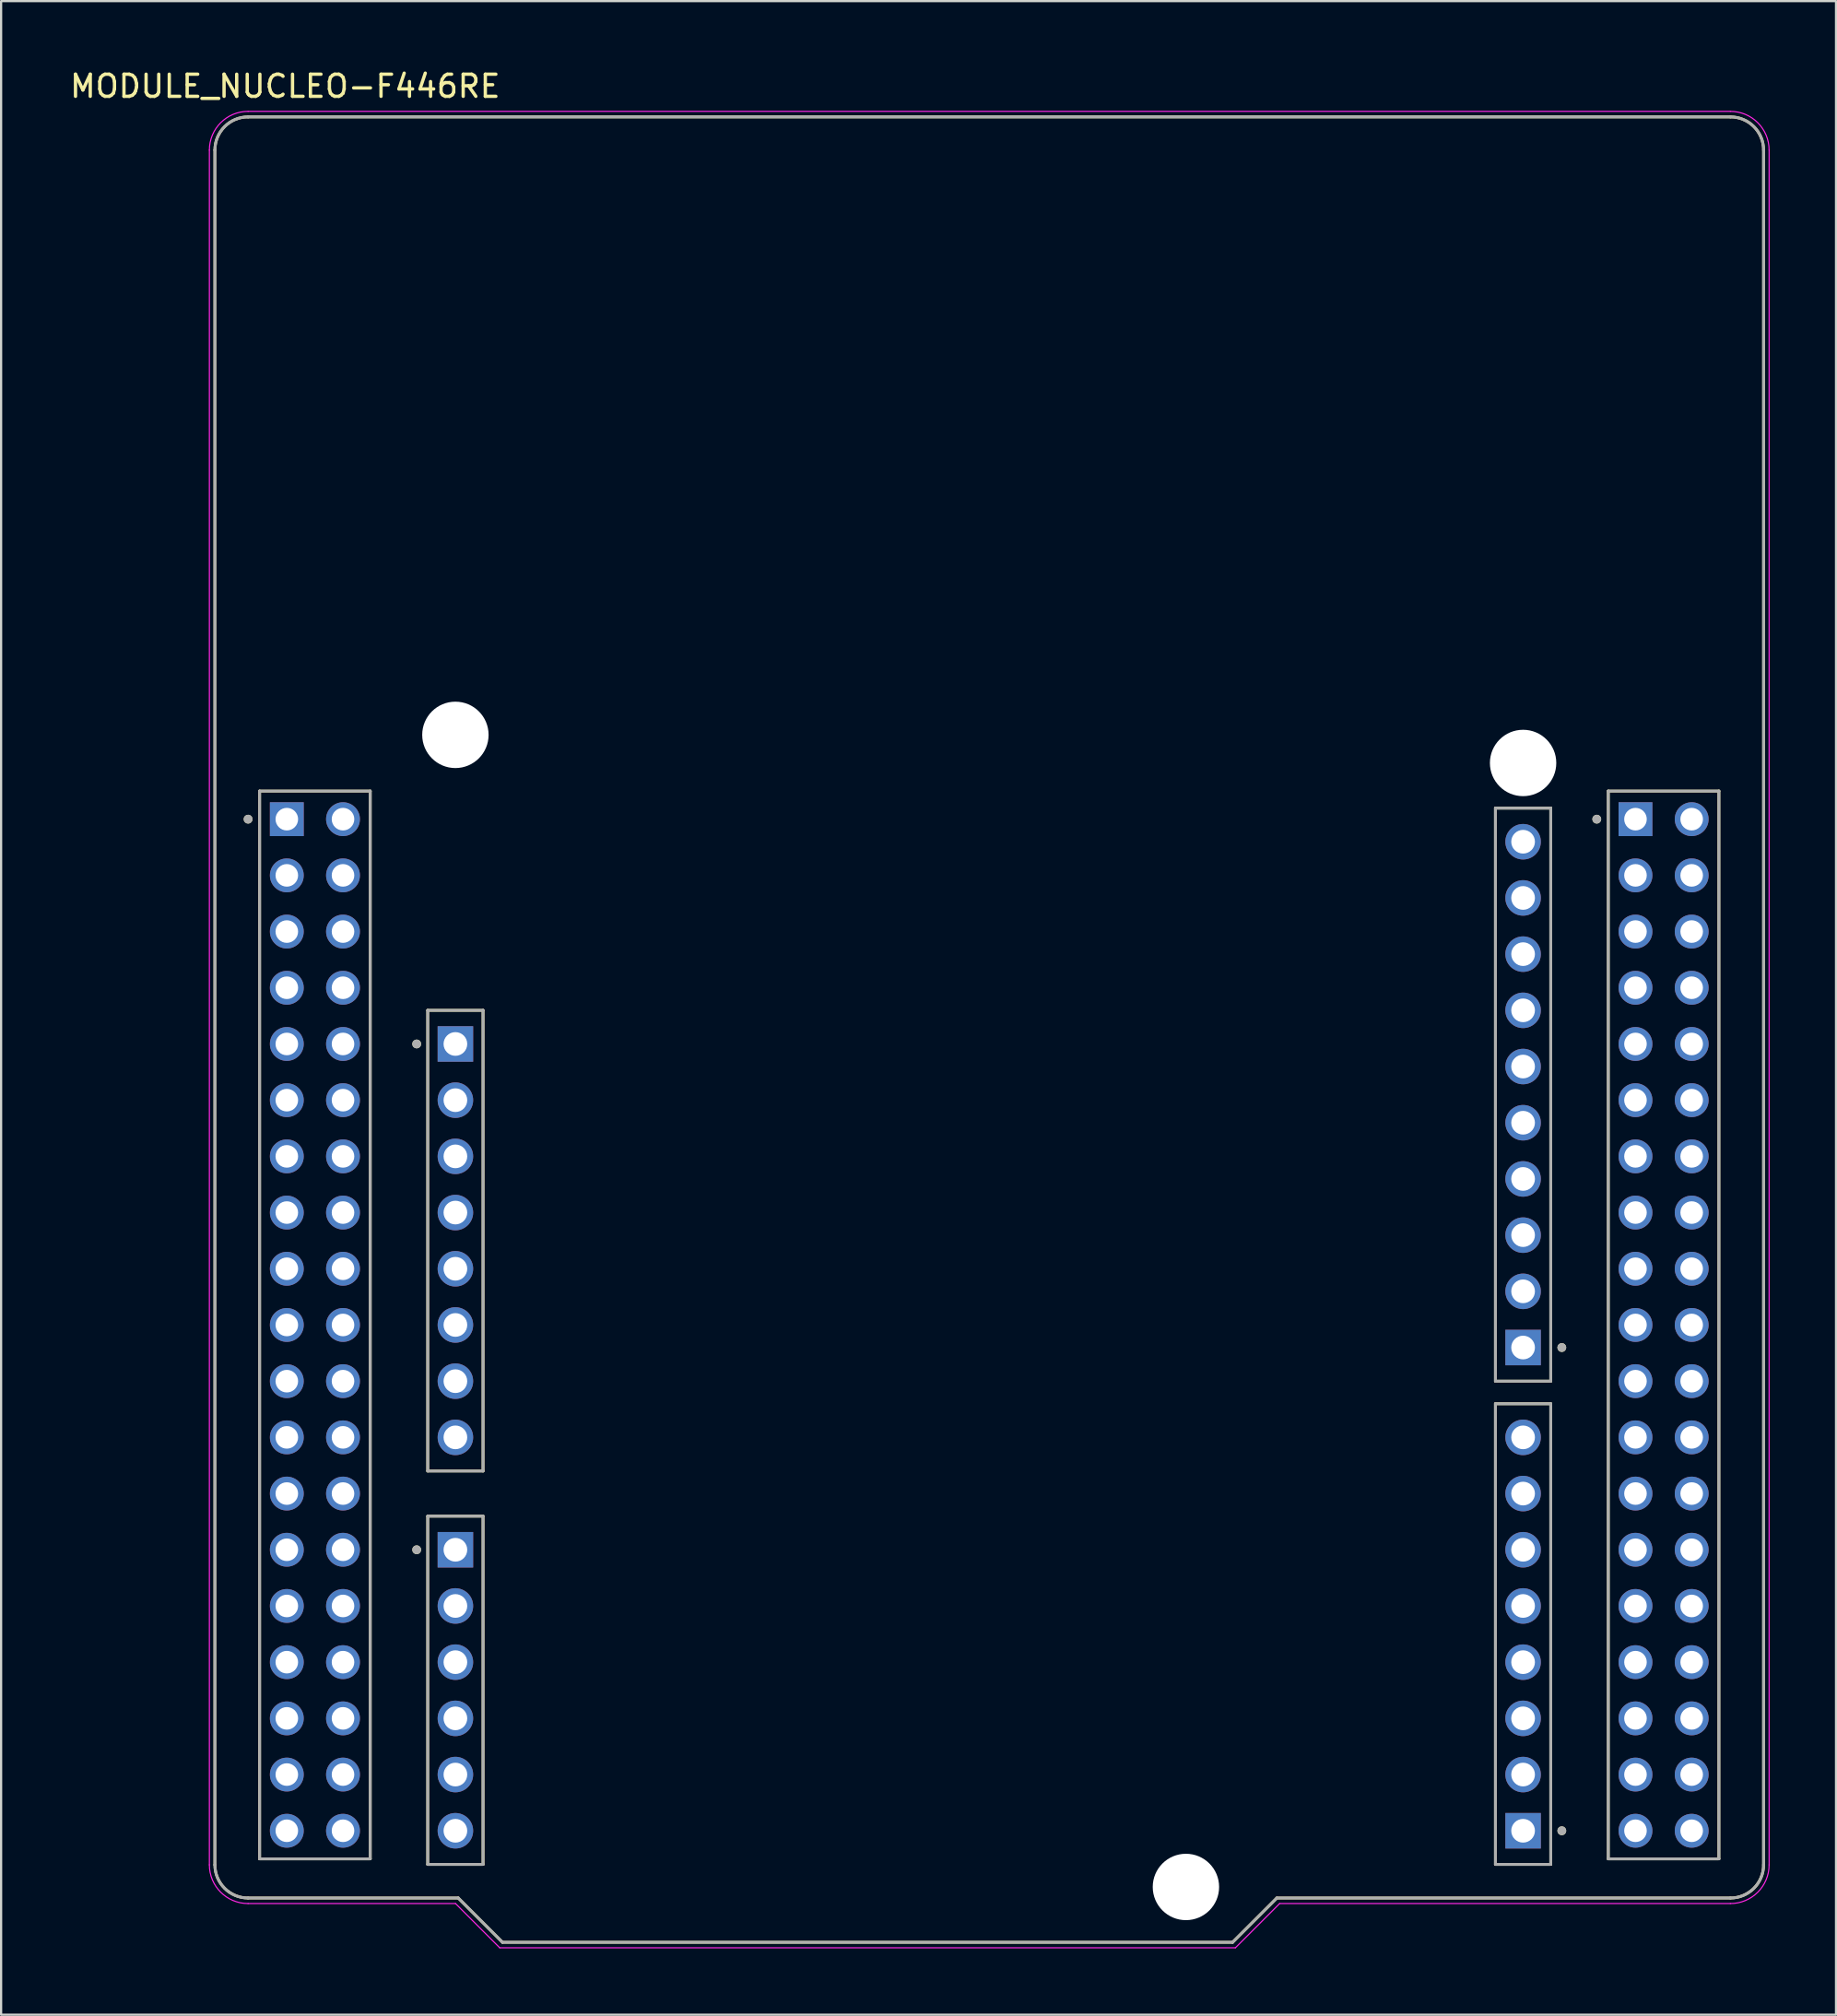
<source format=kicad_pcb>
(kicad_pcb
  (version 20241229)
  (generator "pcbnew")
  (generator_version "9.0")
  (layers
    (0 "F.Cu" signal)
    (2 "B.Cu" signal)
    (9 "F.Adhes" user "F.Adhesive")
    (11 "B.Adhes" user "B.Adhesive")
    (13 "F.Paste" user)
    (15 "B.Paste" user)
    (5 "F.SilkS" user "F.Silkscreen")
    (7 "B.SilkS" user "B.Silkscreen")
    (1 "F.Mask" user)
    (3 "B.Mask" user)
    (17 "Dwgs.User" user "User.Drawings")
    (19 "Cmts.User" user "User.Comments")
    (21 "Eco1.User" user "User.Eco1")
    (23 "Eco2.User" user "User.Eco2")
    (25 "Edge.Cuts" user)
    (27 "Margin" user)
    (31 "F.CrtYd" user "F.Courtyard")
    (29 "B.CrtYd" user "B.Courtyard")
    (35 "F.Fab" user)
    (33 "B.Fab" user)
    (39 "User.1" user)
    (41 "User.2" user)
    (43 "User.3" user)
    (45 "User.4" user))
  (footprint "MODULE_NUCLEO-F446RE"
    (layer "F.Cu")
    (at 41.664 43.483)
    (property "Reference" "MODULE_NUCLEO-F446RE" (at -31.825 -42.635 0) (layer "F.SilkS") (effects (font (size 1 1) (thickness 0.15))))
    (attr through_hole)
    (fp_line (start -35 37.75) (end -35 -39.75) (stroke (width 0.127) (type solid)) (layer "F.SilkS"))
    (fp_line (start -33.5 -41.25) (end 33.5 -41.25) (stroke (width 0.127) (type solid)) (layer "F.SilkS"))
    (fp_line (start -32.98 -10.78) (end -32.98 37.48) (stroke (width 0.127) (type solid)) (layer "F.SilkS"))
    (fp_line (start -32.98 37.48) (end -27.98 37.48) (stroke (width 0.127) (type solid)) (layer "F.SilkS"))
    (fp_line (start -27.98 -10.78) (end -32.98 -10.78) (stroke (width 0.127) (type solid)) (layer "F.SilkS"))
    (fp_line (start -27.98 37.48) (end -27.98 -10.78) (stroke (width 0.127) (type solid)) (layer "F.SilkS"))
    (fp_line (start -25.38 -0.87) (end -25.38 19.95) (stroke (width 0.127) (type solid)) (layer "F.SilkS"))
    (fp_line (start -25.38 19.95) (end -22.88 19.95) (stroke (width 0.127) (type solid)) (layer "F.SilkS"))
    (fp_line (start -25.38 21.99) (end -25.38 37.73) (stroke (width 0.127) (type solid)) (layer "F.SilkS"))
    (fp_line (start -25.38 37.73) (end -22.88 37.73) (stroke (width 0.127) (type solid)) (layer "F.SilkS"))
    (fp_line (start -24 39.25) (end -33.5 39.25) (stroke (width 0.127) (type solid)) (layer "F.SilkS"))
    (fp_line (start -22.88 -0.87) (end -25.38 -0.87) (stroke (width 0.127) (type solid)) (layer "F.SilkS"))
    (fp_line (start -22.88 19.95) (end -22.88 -0.87) (stroke (width 0.127) (type solid)) (layer "F.SilkS"))
    (fp_line (start -22.88 21.99) (end -25.38 21.99) (stroke (width 0.127) (type solid)) (layer "F.SilkS"))
    (fp_line (start -22.88 37.73) (end -22.88 21.99) (stroke (width 0.127) (type solid)) (layer "F.SilkS"))
    (fp_line (start -22 41.25) (end -24 39.25) (stroke (width 0.127) (type solid)) (layer "F.SilkS"))
    (fp_line (start 11 41.25) (end -22 41.25) (stroke (width 0.127) (type solid)) (layer "F.SilkS"))
    (fp_line (start 13 39.25) (end 11 41.25) (stroke (width 0.127) (type solid)) (layer "F.SilkS"))
    (fp_line (start 22.88 -10.01) (end 22.88 15.89) (stroke (width 0.127) (type solid)) (layer "F.SilkS"))
    (fp_line (start 22.88 15.89) (end 25.38 15.89) (stroke (width 0.127) (type solid)) (layer "F.SilkS"))
    (fp_line (start 22.88 16.91) (end 22.88 37.73) (stroke (width 0.127) (type solid)) (layer "F.SilkS"))
    (fp_line (start 22.88 37.73) (end 25.38 37.73) (stroke (width 0.127) (type solid)) (layer "F.SilkS"))
    (fp_line (start 25.38 -10.01) (end 22.88 -10.01) (stroke (width 0.127) (type solid)) (layer "F.SilkS"))
    (fp_line (start 25.38 15.89) (end 25.38 -10.01) (stroke (width 0.127) (type solid)) (layer "F.SilkS"))
    (fp_line (start 25.38 16.91) (end 22.88 16.91) (stroke (width 0.127) (type solid)) (layer "F.SilkS"))
    (fp_line (start 25.38 37.73) (end 25.38 16.91) (stroke (width 0.127) (type solid)) (layer "F.SilkS"))
    (fp_line (start 27.98 -10.78) (end 27.98 37.48) (stroke (width 0.127) (type solid)) (layer "F.SilkS"))
    (fp_line (start 27.98 37.48) (end 32.98 37.48) (stroke (width 0.127) (type solid)) (layer "F.SilkS"))
    (fp_line (start 32.98 -10.78) (end 27.98 -10.78) (stroke (width 0.127) (type solid)) (layer "F.SilkS"))
    (fp_line (start 32.98 37.48) (end 32.98 -10.78) (stroke (width 0.127) (type solid)) (layer "F.SilkS"))
    (fp_line (start 33.5 39.25) (end 13 39.25) (stroke (width 0.127) (type solid)) (layer "F.SilkS"))
    (fp_line (start 35 -39.75) (end 35 37.75) (stroke (width 0.127) (type solid)) (layer "F.SilkS"))
    (fp_arc (start -35 -39.75) (mid -34.56066 -40.81066) (end -33.5 -41.25) (stroke (width 0.127) (type solid)) (layer "F.SilkS"))
    (fp_arc (start -33.5 39.25) (mid -34.56066 38.81066) (end -35 37.75) (stroke (width 0.127) (type solid)) (layer "F.SilkS"))
    (fp_arc (start 33.5 -41.25) (mid 34.56066 -40.81066) (end 35 -39.75) (stroke (width 0.127) (type solid)) (layer "F.SilkS"))
    (fp_arc (start 35 37.75) (mid 34.56066 38.81066) (end 33.5 39.25) (stroke (width 0.127) (type solid)) (layer "F.SilkS"))
    (fp_circle (center -33.5 -9.51) (end -33.4 -9.51) (stroke (width 0.2) (type solid)) (fill no) (layer "F.SilkS"))
    (fp_circle (center -25.88 0.65) (end -25.78 0.65) (stroke (width 0.2) (type solid)) (fill no) (layer "F.SilkS"))
    (fp_circle (center -25.88 23.51) (end -25.78 23.51) (stroke (width 0.2) (type solid)) (fill no) (layer "F.SilkS"))
    (fp_circle (center 25.88 14.37) (end 25.98 14.37) (stroke (width 0.2) (type solid)) (fill no) (layer "F.SilkS"))
    (fp_circle (center 25.88 36.21) (end 25.98 36.21) (stroke (width 0.2) (type solid)) (fill no) (layer "F.SilkS"))
    (fp_circle (center 27.46 -9.51) (end 27.56 -9.51) (stroke (width 0.2) (type solid)) (fill no) (layer "F.SilkS"))
    (fp_line (start -35.25 37.75) (end -35.25 -39.75) (stroke (width 0.05) (type solid)) (layer "F.CrtYd"))
    (fp_line (start -33.5 -41.5) (end 33.5 -41.5) (stroke (width 0.05) (type solid)) (layer "F.CrtYd"))
    (fp_line (start -24.125 39.5) (end -33.5 39.5) (stroke (width 0.05) (type solid)) (layer "F.CrtYd"))
    (fp_line (start -22.125 41.5) (end -24.125 39.5) (stroke (width 0.05) (type solid)) (layer "F.CrtYd"))
    (fp_line (start 11.125 41.5) (end -22.125 41.5) (stroke (width 0.05) (type solid)) (layer "F.CrtYd"))
    (fp_line (start 13.125 39.5) (end 11.125 41.5) (stroke (width 0.05) (type solid)) (layer "F.CrtYd"))
    (fp_line (start 33.5 39.5) (end 13.125 39.5) (stroke (width 0.05) (type solid)) (layer "F.CrtYd"))
    (fp_line (start 35.25 -39.75) (end 35.25 37.75) (stroke (width 0.05) (type solid)) (layer "F.CrtYd"))
    (fp_arc (start -35.25 -39.75) (mid -34.737437 -40.987437) (end -33.5 -41.5) (stroke (width 0.05) (type solid)) (layer "F.CrtYd"))
    (fp_arc (start -33.5 39.5) (mid -34.737437 38.987437) (end -35.25 37.75) (stroke (width 0.05) (type solid)) (layer "F.CrtYd"))
    (fp_arc (start 33.5 -41.5) (mid 34.737437 -40.987437) (end 35.25 -39.75) (stroke (width 0.05) (type solid)) (layer "F.CrtYd"))
    (fp_arc (start 35.25 37.75) (mid 34.737437 38.987437) (end 33.5 39.5) (stroke (width 0.05) (type solid)) (layer "F.CrtYd"))
    (fp_line (start -35 37.75) (end -35 -39.75) (stroke (width 0.127) (type solid)) (layer "F.Fab"))
    (fp_line (start -33.5 -41.25) (end 33.5 -41.25) (stroke (width 0.127) (type solid)) (layer "F.Fab"))
    (fp_line (start -32.98 -10.78) (end -32.98 37.48) (stroke (width 0.127) (type solid)) (layer "F.Fab"))
    (fp_line (start -32.98 37.48) (end -27.98 37.48) (stroke (width 0.127) (type solid)) (layer "F.Fab"))
    (fp_line (start -27.98 -10.78) (end -32.98 -10.78) (stroke (width 0.127) (type solid)) (layer "F.Fab"))
    (fp_line (start -27.98 37.48) (end -27.98 -10.78) (stroke (width 0.127) (type solid)) (layer "F.Fab"))
    (fp_line (start -25.38 -0.87) (end -25.38 19.95) (stroke (width 0.127) (type solid)) (layer "F.Fab"))
    (fp_line (start -25.38 19.95) (end -22.88 19.95) (stroke (width 0.127) (type solid)) (layer "F.Fab"))
    (fp_line (start -25.38 21.99) (end -25.38 37.73) (stroke (width 0.127) (type solid)) (layer "F.Fab"))
    (fp_line (start -25.38 37.73) (end -22.88 37.73) (stroke (width 0.127) (type solid)) (layer "F.Fab"))
    (fp_line (start -24 39.25) (end -33.5 39.25) (stroke (width 0.127) (type solid)) (layer "F.Fab"))
    (fp_line (start -22.88 -0.87) (end -25.38 -0.87) (stroke (width 0.127) (type solid)) (layer "F.Fab"))
    (fp_line (start -22.88 19.95) (end -22.88 -0.87) (stroke (width 0.127) (type solid)) (layer "F.Fab"))
    (fp_line (start -22.88 21.99) (end -25.38 21.99) (stroke (width 0.127) (type solid)) (layer "F.Fab"))
    (fp_line (start -22.88 37.73) (end -22.88 21.99) (stroke (width 0.127) (type solid)) (layer "F.Fab"))
    (fp_line (start -22 41.25) (end -24 39.25) (stroke (width 0.127) (type solid)) (layer "F.Fab"))
    (fp_line (start 11 41.25) (end -22 41.25) (stroke (width 0.127) (type solid)) (layer "F.Fab"))
    (fp_line (start 13 39.25) (end 11 41.25) (stroke (width 0.127) (type solid)) (layer "F.Fab"))
    (fp_line (start 22.88 -10.01) (end 22.88 15.89) (stroke (width 0.127) (type solid)) (layer "F.Fab"))
    (fp_line (start 22.88 15.89) (end 25.38 15.89) (stroke (width 0.127) (type solid)) (layer "F.Fab"))
    (fp_line (start 22.88 16.91) (end 22.88 37.73) (stroke (width 0.127) (type solid)) (layer "F.Fab"))
    (fp_line (start 22.88 37.73) (end 25.38 37.73) (stroke (width 0.127) (type solid)) (layer "F.Fab"))
    (fp_line (start 25.38 -10.01) (end 22.88 -10.01) (stroke (width 0.127) (type solid)) (layer "F.Fab"))
    (fp_line (start 25.38 15.89) (end 25.38 -10.01) (stroke (width 0.127) (type solid)) (layer "F.Fab"))
    (fp_line (start 25.38 16.91) (end 22.88 16.91) (stroke (width 0.127) (type solid)) (layer "F.Fab"))
    (fp_line (start 25.38 37.73) (end 25.38 16.91) (stroke (width 0.127) (type solid)) (layer "F.Fab"))
    (fp_line (start 27.98 -10.78) (end 27.98 37.48) (stroke (width 0.127) (type solid)) (layer "F.Fab"))
    (fp_line (start 27.98 37.48) (end 32.98 37.48) (stroke (width 0.127) (type solid)) (layer "F.Fab"))
    (fp_line (start 32.98 -10.78) (end 27.98 -10.78) (stroke (width 0.127) (type solid)) (layer "F.Fab"))
    (fp_line (start 32.98 37.48) (end 32.98 -10.78) (stroke (width 0.127) (type solid)) (layer "F.Fab"))
    (fp_line (start 33.5 39.25) (end 13 39.25) (stroke (width 0.127) (type solid)) (layer "F.Fab"))
    (fp_line (start 35 -39.75) (end 35 37.75) (stroke (width 0.127) (type solid)) (layer "F.Fab"))
    (fp_arc (start -35 -39.75) (mid -34.56066 -40.81066) (end -33.5 -41.25) (stroke (width 0.127) (type solid)) (layer "F.Fab"))
    (fp_arc (start -33.5 39.25) (mid -34.56066 38.81066) (end -35 37.75) (stroke (width 0.127) (type solid)) (layer "F.Fab"))
    (fp_arc (start 33.5 -41.25) (mid 34.56066 -40.81066) (end 35 -39.75) (stroke (width 0.127) (type solid)) (layer "F.Fab"))
    (fp_arc (start 35 37.75) (mid 34.56066 38.81066) (end 33.5 39.25) (stroke (width 0.127) (type solid)) (layer "F.Fab"))
    (fp_circle (center -33.5 -9.51) (end -33.4 -9.51) (stroke (width 0.2) (type solid)) (fill no) (layer "F.Fab"))
    (fp_circle (center -25.88 0.65) (end -25.78 0.65) (stroke (width 0.2) (type solid)) (fill no) (layer "F.Fab"))
    (fp_circle (center -25.88 23.51) (end -25.78 23.51) (stroke (width 0.2) (type solid)) (fill no) (layer "F.Fab"))
    (fp_circle (center 25.88 14.37) (end 25.98 14.37) (stroke (width 0.2) (type solid)) (fill no) (layer "F.Fab"))
    (fp_circle (center 25.88 36.21) (end 25.98 36.21) (stroke (width 0.2) (type solid)) (fill no) (layer "F.Fab"))
    (fp_circle (center 27.46 -9.51) (end 27.56 -9.51) (stroke (width 0.2) (type solid)) (fill no) (layer "F.Fab"))
    (pad "" np_thru_hole circle (at -24.13 -13.32) (size 3 3) (drill 3) (layers "*.Cu" "*.Mask"))
    (pad "" np_thru_hole circle (at 8.89 38.75) (size 3 3) (drill 3) (layers "*.Cu" "*.Mask"))
    (pad "" np_thru_hole circle (at 24.13 -12.05) (size 3 3) (drill 3) (layers "*.Cu" "*.Mask"))
    (pad "1" thru_hole rect (at -31.75 -9.51) (size 1.53 1.53) (drill 1.02) (layers "*.Cu" "*.Mask"))
    (pad "2" thru_hole circle (at -29.21 -9.51) (size 1.53 1.53) (drill 1.02) (layers "*.Cu" "*.Mask"))
    (pad "3" thru_hole circle (at -31.75 -6.97) (size 1.53 1.53) (drill 1.02) (layers "*.Cu" "*.Mask"))
    (pad "4" thru_hole circle (at -29.21 -6.97) (size 1.53 1.53) (drill 1.02) (layers "*.Cu" "*.Mask"))
    (pad "5" thru_hole circle (at -31.75 -4.43) (size 1.53 1.53) (drill 1.02) (layers "*.Cu" "*.Mask"))
    (pad "6" thru_hole circle (at -29.21 -4.43) (size 1.53 1.53) (drill 1.02) (layers "*.Cu" "*.Mask"))
    (pad "7" thru_hole circle (at -31.75 -1.89) (size 1.53 1.53) (drill 1.02) (layers "*.Cu" "*.Mask"))
    (pad "8" thru_hole circle (at -29.21 -1.89) (size 1.53 1.53) (drill 1.02) (layers "*.Cu" "*.Mask"))
    (pad "9" thru_hole circle (at -31.75 0.65) (size 1.53 1.53) (drill 1.02) (layers "*.Cu" "*.Mask"))
    (pad "10" thru_hole circle (at -29.21 0.65) (size 1.53 1.53) (drill 1.02) (layers "*.Cu" "*.Mask"))
    (pad "11" thru_hole circle (at -31.75 3.19) (size 1.53 1.53) (drill 1.02) (layers "*.Cu" "*.Mask"))
    (pad "12" thru_hole circle (at -29.21 3.19) (size 1.53 1.53) (drill 1.02) (layers "*.Cu" "*.Mask"))
    (pad "13" thru_hole circle (at -31.75 5.73) (size 1.53 1.53) (drill 1.02) (layers "*.Cu" "*.Mask"))
    (pad "14" thru_hole circle (at -29.21 5.73) (size 1.53 1.53) (drill 1.02) (layers "*.Cu" "*.Mask"))
    (pad "15" thru_hole circle (at -31.75 8.27) (size 1.53 1.53) (drill 1.02) (layers "*.Cu" "*.Mask"))
    (pad "16" thru_hole circle (at -29.21 8.27) (size 1.53 1.53) (drill 1.02) (layers "*.Cu" "*.Mask"))
    (pad "17" thru_hole circle (at -31.75 10.81) (size 1.53 1.53) (drill 1.02) (layers "*.Cu" "*.Mask"))
    (pad "18" thru_hole circle (at -29.21 10.81) (size 1.53 1.53) (drill 1.02) (layers "*.Cu" "*.Mask"))
    (pad "19" thru_hole circle (at -31.75 13.35) (size 1.53 1.53) (drill 1.02) (layers "*.Cu" "*.Mask"))
    (pad "20" thru_hole circle (at -29.21 13.35) (size 1.53 1.53) (drill 1.02) (layers "*.Cu" "*.Mask"))
    (pad "21" thru_hole circle (at -31.75 15.89) (size 1.53 1.53) (drill 1.02) (layers "*.Cu" "*.Mask"))
    (pad "22" thru_hole circle (at -29.21 15.89) (size 1.53 1.53) (drill 1.02) (layers "*.Cu" "*.Mask"))
    (pad "23" thru_hole circle (at -31.75 18.43) (size 1.53 1.53) (drill 1.02) (layers "*.Cu" "*.Mask"))
    (pad "24" thru_hole circle (at -29.21 18.43) (size 1.53 1.53) (drill 1.02) (layers "*.Cu" "*.Mask"))
    (pad "25" thru_hole circle (at -31.75 20.97) (size 1.53 1.53) (drill 1.02) (layers "*.Cu" "*.Mask"))
    (pad "26" thru_hole circle (at -29.21 20.97) (size 1.53 1.53) (drill 1.02) (layers "*.Cu" "*.Mask"))
    (pad "27" thru_hole circle (at -31.75 23.51) (size 1.53 1.53) (drill 1.02) (layers "*.Cu" "*.Mask"))
    (pad "28" thru_hole circle (at -29.21 23.51) (size 1.53 1.53) (drill 1.02) (layers "*.Cu" "*.Mask"))
    (pad "29" thru_hole circle (at -31.75 26.05) (size 1.53 1.53) (drill 1.02) (layers "*.Cu" "*.Mask"))
    (pad "30" thru_hole circle (at -29.21 26.05) (size 1.53 1.53) (drill 1.02) (layers "*.Cu" "*.Mask"))
    (pad "31" thru_hole circle (at -31.75 28.59) (size 1.53 1.53) (drill 1.02) (layers "*.Cu" "*.Mask"))
    (pad "32" thru_hole circle (at -29.21 28.59) (size 1.53 1.53) (drill 1.02) (layers "*.Cu" "*.Mask"))
    (pad "33" thru_hole circle (at -31.75 31.13) (size 1.53 1.53) (drill 1.02) (layers "*.Cu" "*.Mask"))
    (pad "34" thru_hole circle (at -29.21 31.13) (size 1.53 1.53) (drill 1.02) (layers "*.Cu" "*.Mask"))
    (pad "35" thru_hole circle (at -31.75 33.67) (size 1.53 1.53) (drill 1.02) (layers "*.Cu" "*.Mask"))
    (pad "36" thru_hole circle (at -29.21 33.67) (size 1.53 1.53) (drill 1.02) (layers "*.Cu" "*.Mask"))
    (pad "37" thru_hole circle (at -31.75 36.21) (size 1.53 1.53) (drill 1.02) (layers "*.Cu" "*.Mask"))
    (pad "38" thru_hole circle (at -29.21 36.21) (size 1.53 1.53) (drill 1.02) (layers "*.Cu" "*.Mask"))
    (pad "39" thru_hole rect (at 29.21 -9.51) (size 1.53 1.53) (drill 1.02) (layers "*.Cu" "*.Mask"))
    (pad "40" thru_hole circle (at 31.75 -9.51) (size 1.53 1.53) (drill 1.02) (layers "*.Cu" "*.Mask"))
    (pad "41" thru_hole circle (at 29.21 -6.97) (size 1.53 1.53) (drill 1.02) (layers "*.Cu" "*.Mask"))
    (pad "42" thru_hole circle (at 31.75 -6.97) (size 1.53 1.53) (drill 1.02) (layers "*.Cu" "*.Mask"))
    (pad "43" thru_hole circle (at 29.21 -4.43) (size 1.53 1.53) (drill 1.02) (layers "*.Cu" "*.Mask"))
    (pad "44" thru_hole circle (at 31.75 -4.43) (size 1.53 1.53) (drill 1.02) (layers "*.Cu" "*.Mask"))
    (pad "45" thru_hole circle (at 29.21 -1.89) (size 1.53 1.53) (drill 1.02) (layers "*.Cu" "*.Mask"))
    (pad "46" thru_hole circle (at 31.75 -1.89) (size 1.53 1.53) (drill 1.02) (layers "*.Cu" "*.Mask"))
    (pad "47" thru_hole circle (at 29.21 0.65) (size 1.53 1.53) (drill 1.02) (layers "*.Cu" "*.Mask"))
    (pad "48" thru_hole circle (at 31.75 0.65) (size 1.53 1.53) (drill 1.02) (layers "*.Cu" "*.Mask"))
    (pad "49" thru_hole circle (at 29.21 3.19) (size 1.53 1.53) (drill 1.02) (layers "*.Cu" "*.Mask"))
    (pad "50" thru_hole circle (at 31.75 3.19) (size 1.53 1.53) (drill 1.02) (layers "*.Cu" "*.Mask"))
    (pad "51" thru_hole circle (at 29.21 5.73) (size 1.53 1.53) (drill 1.02) (layers "*.Cu" "*.Mask"))
    (pad "52" thru_hole circle (at 31.75 5.73) (size 1.53 1.53) (drill 1.02) (layers "*.Cu" "*.Mask"))
    (pad "53" thru_hole circle (at 29.21 8.27) (size 1.53 1.53) (drill 1.02) (layers "*.Cu" "*.Mask"))
    (pad "54" thru_hole circle (at 31.75 8.27) (size 1.53 1.53) (drill 1.02) (layers "*.Cu" "*.Mask"))
    (pad "55" thru_hole circle (at 29.21 10.81) (size 1.53 1.53) (drill 1.02) (layers "*.Cu" "*.Mask"))
    (pad "56" thru_hole circle (at 31.75 10.81) (size 1.53 1.53) (drill 1.02) (layers "*.Cu" "*.Mask"))
    (pad "57" thru_hole circle (at 29.21 13.35) (size 1.53 1.53) (drill 1.02) (layers "*.Cu" "*.Mask"))
    (pad "58" thru_hole circle (at 31.75 13.35) (size 1.53 1.53) (drill 1.02) (layers "*.Cu" "*.Mask"))
    (pad "59" thru_hole circle (at 29.21 15.89) (size 1.53 1.53) (drill 1.02) (layers "*.Cu" "*.Mask"))
    (pad "60" thru_hole circle (at 31.75 15.89) (size 1.53 1.53) (drill 1.02) (layers "*.Cu" "*.Mask"))
    (pad "61" thru_hole circle (at 29.21 18.43) (size 1.53 1.53) (drill 1.02) (layers "*.Cu" "*.Mask"))
    (pad "62" thru_hole circle (at 31.75 18.43) (size 1.53 1.53) (drill 1.02) (layers "*.Cu" "*.Mask"))
    (pad "63" thru_hole circle (at 29.21 20.97) (size 1.53 1.53) (drill 1.02) (layers "*.Cu" "*.Mask"))
    (pad "64" thru_hole circle (at 31.75 20.97) (size 1.53 1.53) (drill 1.02) (layers "*.Cu" "*.Mask"))
    (pad "65" thru_hole circle (at 29.21 23.51) (size 1.53 1.53) (drill 1.02) (layers "*.Cu" "*.Mask"))
    (pad "66" thru_hole circle (at 31.75 23.51) (size 1.53 1.53) (drill 1.02) (layers "*.Cu" "*.Mask"))
    (pad "67" thru_hole circle (at 29.21 26.05) (size 1.53 1.53) (drill 1.02) (layers "*.Cu" "*.Mask"))
    (pad "68" thru_hole circle (at 31.75 26.05) (size 1.53 1.53) (drill 1.02) (layers "*.Cu" "*.Mask"))
    (pad "69" thru_hole circle (at 29.21 28.59) (size 1.53 1.53) (drill 1.02) (layers "*.Cu" "*.Mask"))
    (pad "70" thru_hole circle (at 31.75 28.59) (size 1.53 1.53) (drill 1.02) (layers "*.Cu" "*.Mask"))
    (pad "71" thru_hole circle (at 29.21 31.13) (size 1.53 1.53) (drill 1.02) (layers "*.Cu" "*.Mask"))
    (pad "72" thru_hole circle (at 31.75 31.13) (size 1.53 1.53) (drill 1.02) (layers "*.Cu" "*.Mask"))
    (pad "73" thru_hole circle (at 29.21 33.67) (size 1.53 1.53) (drill 1.02) (layers "*.Cu" "*.Mask"))
    (pad "74" thru_hole circle (at 31.75 33.67) (size 1.53 1.53) (drill 1.02) (layers "*.Cu" "*.Mask"))
    (pad "75" thru_hole circle (at 29.21 36.21) (size 1.53 1.53) (drill 1.02) (layers "*.Cu" "*.Mask"))
    (pad "76" thru_hole circle (at 31.75 36.21) (size 1.53 1.53) (drill 1.02) (layers "*.Cu" "*.Mask"))
    (pad "CN5_1" thru_hole rect (at 24.13 14.37) (size 1.605 1.605) (drill 1.07) (layers "*.Cu" "*.Mask"))
    (pad "CN5_2" thru_hole circle (at 24.13 11.83) (size 1.605 1.605) (drill 1.07) (layers "*.Cu" "*.Mask"))
    (pad "CN5_3" thru_hole circle (at 24.13 9.29) (size 1.605 1.605) (drill 1.07) (layers "*.Cu" "*.Mask"))
    (pad "CN5_4" thru_hole circle (at 24.13 6.75) (size 1.605 1.605) (drill 1.07) (layers "*.Cu" "*.Mask"))
    (pad "CN5_5" thru_hole circle (at 24.13 4.21) (size 1.605 1.605) (drill 1.07) (layers "*.Cu" "*.Mask"))
    (pad "CN5_6" thru_hole circle (at 24.13 1.67) (size 1.605 1.605) (drill 1.07) (layers "*.Cu" "*.Mask"))
    (pad "CN5_7" thru_hole circle (at 24.13 -0.87) (size 1.605 1.605) (drill 1.07) (layers "*.Cu" "*.Mask"))
    (pad "CN5_8" thru_hole circle (at 24.13 -3.41) (size 1.605 1.605) (drill 1.07) (layers "*.Cu" "*.Mask"))
    (pad "CN5_9" thru_hole circle (at 24.13 -5.95) (size 1.605 1.605) (drill 1.07) (layers "*.Cu" "*.Mask"))
    (pad "CN5_10" thru_hole circle (at 24.13 -8.49) (size 1.605 1.605) (drill 1.07) (layers "*.Cu" "*.Mask"))
    (pad "CN6_1" thru_hole rect (at -24.13 0.65) (size 1.605 1.605) (drill 1.07) (layers "*.Cu" "*.Mask"))
    (pad "CN6_2" thru_hole circle (at -24.13 3.19) (size 1.605 1.605) (drill 1.07) (layers "*.Cu" "*.Mask"))
    (pad "CN6_3" thru_hole circle (at -24.13 5.73) (size 1.605 1.605) (drill 1.07) (layers "*.Cu" "*.Mask"))
    (pad "CN6_4" thru_hole circle (at -24.13 8.27) (size 1.605 1.605) (drill 1.07) (layers "*.Cu" "*.Mask"))
    (pad "CN6_5" thru_hole circle (at -24.13 10.81) (size 1.605 1.605) (drill 1.07) (layers "*.Cu" "*.Mask"))
    (pad "CN6_6" thru_hole circle (at -24.13 13.35) (size 1.605 1.605) (drill 1.07) (layers "*.Cu" "*.Mask"))
    (pad "CN6_7" thru_hole circle (at -24.13 15.89) (size 1.605 1.605) (drill 1.07) (layers "*.Cu" "*.Mask"))
    (pad "CN6_8" thru_hole circle (at -24.13 18.43) (size 1.605 1.605) (drill 1.07) (layers "*.Cu" "*.Mask"))
    (pad "CN8_1" thru_hole rect (at -24.13 23.51) (size 1.605 1.605) (drill 1.07) (layers "*.Cu" "*.Mask"))
    (pad "CN8_2" thru_hole circle (at -24.13 26.05) (size 1.605 1.605) (drill 1.07) (layers "*.Cu" "*.Mask"))
    (pad "CN8_3" thru_hole circle (at -24.13 28.59) (size 1.605 1.605) (drill 1.07) (layers "*.Cu" "*.Mask"))
    (pad "CN8_4" thru_hole circle (at -24.13 31.13) (size 1.605 1.605) (drill 1.07) (layers "*.Cu" "*.Mask"))
    (pad "CN8_5" thru_hole circle (at -24.13 33.67) (size 1.605 1.605) (drill 1.07) (layers "*.Cu" "*.Mask"))
    (pad "CN8_6" thru_hole circle (at -24.13 36.21) (size 1.605 1.605) (drill 1.07) (layers "*.Cu" "*.Mask"))
    (pad "CN9_1" thru_hole rect (at 24.13 36.21) (size 1.605 1.605) (drill 1.07) (layers "*.Cu" "*.Mask"))
    (pad "CN9_2" thru_hole circle (at 24.13 33.67) (size 1.605 1.605) (drill 1.07) (layers "*.Cu" "*.Mask"))
    (pad "CN9_3" thru_hole circle (at 24.13 31.13) (size 1.605 1.605) (drill 1.07) (layers "*.Cu" "*.Mask"))
    (pad "CN9_4" thru_hole circle (at 24.13 28.59) (size 1.605 1.605) (drill 1.07) (layers "*.Cu" "*.Mask"))
    (pad "CN9_5" thru_hole circle (at 24.13 26.05) (size 1.605 1.605) (drill 1.07) (layers "*.Cu" "*.Mask"))
    (pad "CN9_6" thru_hole circle (at 24.13 23.51) (size 1.605 1.605) (drill 1.07) (layers "*.Cu" "*.Mask"))
    (pad "CN9_7" thru_hole circle (at 24.13 20.97) (size 1.605 1.605) (drill 1.07) (layers "*.Cu" "*.Mask"))
    (pad "CN9_8" thru_hole circle (at 24.13 18.43) (size 1.605 1.605) (drill 1.07) (layers "*.Cu" "*.Mask")))
  (gr_rect
    (start -3 -3)
    (end 79.939 88.008)
    (stroke (width 0.1) (type default))
    (fill no)
    (layer "Edge.Cuts")))
</source>
